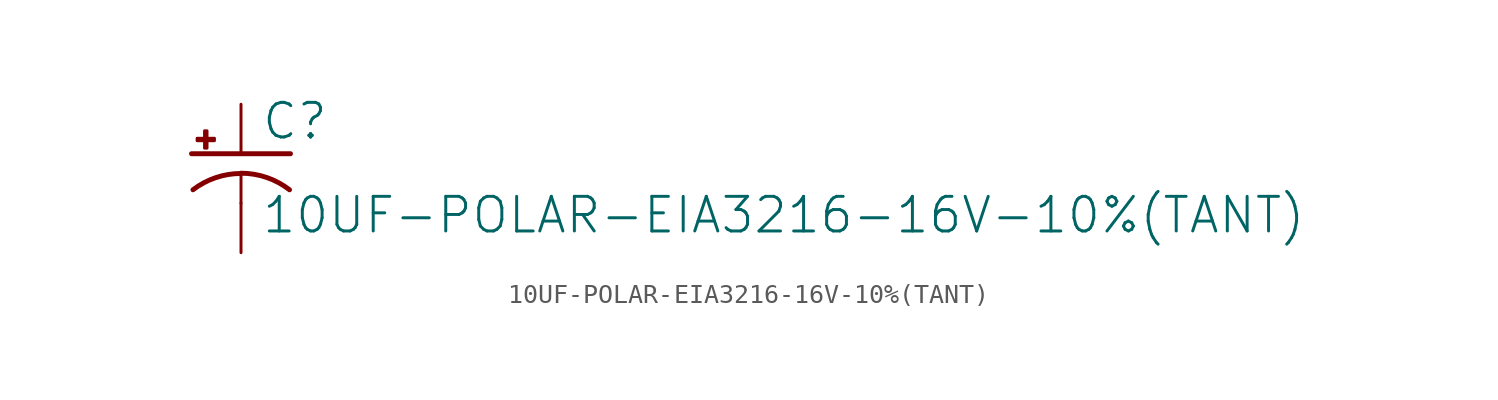
<source format=kicad_sym>
(kicad_symbol_lib
  (version 20211014)
  (generator kicad_symbol_editor)
  (symbol "10UF-POLAR-EIA3216-16V-10%(TANT)"
    (property "Reference" "C"
      (at 1.016 0.635 0)
      (effects (font (size 1.778 1.778)) (justify left bottom)))
    (property "Value" "10UF-POLAR-EIA3216-16V-10%(TANT)"
      (at 1.016 -4.191 0)
      (effects (font (size 1.778 1.778)) (justify left bottom)))
    (property "ki_locked" ""
      (at 0 0 0)
      (effects (font (size 1.27 1.27))))
    (symbol "10UF-POLAR-EIA3216-16V-10%(TANT)_1_0"
      (rectangle (start -2.253 0.668) (end -1.364 0.795) (stroke (width 0) (type default) (color 0 0 0 0)) (fill (type outline)))
      (rectangle (start -1.872 0.287) (end -1.745 1.176) (stroke (width 0) (type default) (color 0 0 0 0)) (fill (type outline)))
      (arc (start 0 -1.0161) (mid -1.3021 -1.2302) (end -2.4669 -1.8504) (stroke (width 0.254) (type default) (color 0 0 0 0)) (fill (type none)))
      (polyline (pts (xy -2.54 0) (xy 2.54 0)) (stroke (width 0.254) (type default) (color 0 0 0 0)) (fill (type none)))
      (polyline (pts (xy 0 -1.016) (xy 0 -2.54)) (stroke (width 0.152) (type default) (color 0 0 0 0)) (fill (type none)))
      (arc (start 2.4892 -1.8542) (mid 1.3158 -1.2195) (end 0 -1) (stroke (width 0.254) (type default) (color 0 0 0 0)) (fill (type none)))
      (pin passive line (at 0 2.54 270) (length 2.54) (name "+" (effects (font (size 0 0)))) (number "+" (effects (font (size 0 0)))))
      (pin passive line (at 0 -5.08 90) (length 2.54) (name "-" (effects (font (size 0 0)))) (number "-" (effects (font (size 0 0))))))))
</source>
